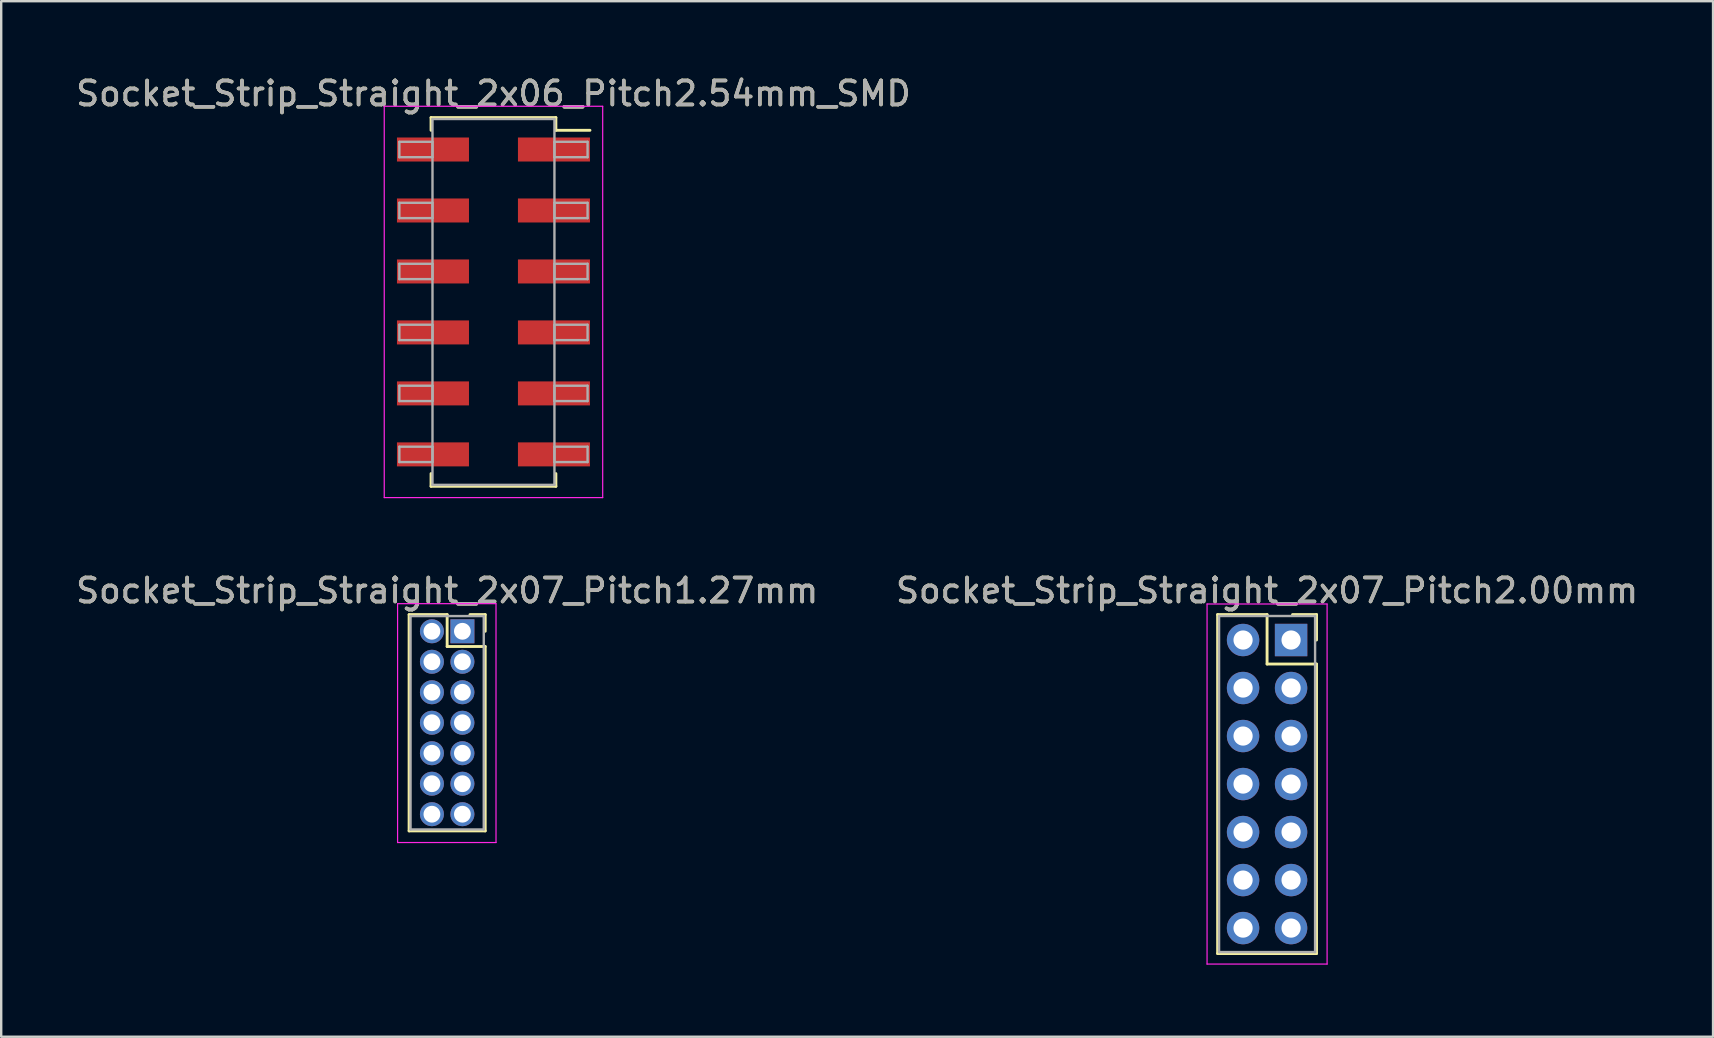
<source format=kicad_pcb>
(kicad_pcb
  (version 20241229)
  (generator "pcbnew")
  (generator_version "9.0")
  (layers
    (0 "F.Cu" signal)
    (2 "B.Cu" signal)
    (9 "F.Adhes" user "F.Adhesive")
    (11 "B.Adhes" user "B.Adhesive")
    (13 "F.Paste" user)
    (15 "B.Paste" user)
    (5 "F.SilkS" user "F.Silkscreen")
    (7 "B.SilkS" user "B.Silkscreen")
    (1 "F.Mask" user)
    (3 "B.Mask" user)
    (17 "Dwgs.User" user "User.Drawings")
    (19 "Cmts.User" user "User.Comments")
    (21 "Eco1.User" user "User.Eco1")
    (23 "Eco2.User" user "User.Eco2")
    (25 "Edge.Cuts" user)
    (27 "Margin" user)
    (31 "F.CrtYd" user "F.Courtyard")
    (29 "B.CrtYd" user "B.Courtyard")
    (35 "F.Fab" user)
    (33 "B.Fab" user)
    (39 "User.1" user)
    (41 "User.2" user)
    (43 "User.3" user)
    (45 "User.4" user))
  (footprint "Socket_Strip_Straight_2x07_Pitch1.27mm"
    (layer "F.Cu")
    (at 16.212 23.247)
    (property "Reference" "Socket_Strip_Straight_2x07_Pitch1.27mm" (at -0.635 -1.695 0) (layer "F.SilkS") (effects (font (size 1 1) (thickness 0.15))))
    (attr through_hole)
    (fp_line (start -2.22 -0.695) (end -0.635 -0.695) (stroke (width 0.12) (type solid)) (layer "F.SilkS"))
    (fp_line (start -2.22 8.315) (end -2.22 -0.695) (stroke (width 0.12) (type solid)) (layer "F.SilkS"))
    (fp_line (start -0.635 -0.695) (end -0.635 0.635) (stroke (width 0.12) (type solid)) (layer "F.SilkS"))
    (fp_line (start -0.635 0.635) (end 0.95 0.635) (stroke (width 0.12) (type solid)) (layer "F.SilkS"))
    (fp_line (start 0.95 -0.695) (end 0.315 -0.695) (stroke (width 0.12) (type solid)) (layer "F.SilkS"))
    (fp_line (start 0.95 0) (end 0.95 -0.695) (stroke (width 0.12) (type solid)) (layer "F.SilkS"))
    (fp_line (start 0.95 0.635) (end 0.95 8.315) (stroke (width 0.12) (type solid)) (layer "F.SilkS"))
    (fp_line (start 0.95 8.315) (end -2.22 8.315) (stroke (width 0.12) (type solid)) (layer "F.SilkS"))
    (fp_line (start -2.7 -1.15) (end -2.7 8.8) (stroke (width 0.05) (type solid)) (layer "F.CrtYd"))
    (fp_line (start -2.7 8.8) (end 1.4 8.8) (stroke (width 0.05) (type solid)) (layer "F.CrtYd"))
    (fp_line (start 1.4 -1.15) (end -2.7 -1.15) (stroke (width 0.05) (type solid)) (layer "F.CrtYd"))
    (fp_line (start 1.4 8.8) (end 1.4 -1.15) (stroke (width 0.05) (type solid)) (layer "F.CrtYd"))
    (fp_line (start -2.16 -0.635) (end -2.16 8.255) (stroke (width 0.1) (type solid)) (layer "F.Fab"))
    (fp_line (start -2.16 8.255) (end 0.89 8.255) (stroke (width 0.1) (type solid)) (layer "F.Fab"))
    (fp_line (start 0.89 -0.635) (end -2.16 -0.635) (stroke (width 0.1) (type solid)) (layer "F.Fab"))
    (fp_line (start 0.89 8.255) (end 0.89 -0.635) (stroke (width 0.1) (type solid)) (layer "F.Fab"))
    (fp_text user "${REFERENCE}" (at -0.635 -1.695 0) (layer "F.Fab") (effects (font (size 1 1) (thickness 0.15))))
    (pad "1" thru_hole rect (at 0 0) (size 1 1) (drill 0.7) (layers "*.Cu" "*.Mask"))
    (pad "2" thru_hole oval (at -1.27 0) (size 1 1) (drill 0.7) (layers "*.Cu" "*.Mask"))
    (pad "3" thru_hole oval (at 0 1.27) (size 1 1) (drill 0.7) (layers "*.Cu" "*.Mask"))
    (pad "4" thru_hole oval (at -1.27 1.27) (size 1 1) (drill 0.7) (layers "*.Cu" "*.Mask"))
    (pad "5" thru_hole oval (at 0 2.54) (size 1 1) (drill 0.7) (layers "*.Cu" "*.Mask"))
    (pad "6" thru_hole oval (at -1.27 2.54) (size 1 1) (drill 0.7) (layers "*.Cu" "*.Mask"))
    (pad "7" thru_hole oval (at 0 3.81) (size 1 1) (drill 0.7) (layers "*.Cu" "*.Mask"))
    (pad "8" thru_hole oval (at -1.27 3.81) (size 1 1) (drill 0.7) (layers "*.Cu" "*.Mask"))
    (pad "9" thru_hole oval (at 0 5.08) (size 1 1) (drill 0.7) (layers "*.Cu" "*.Mask"))
    (pad "10" thru_hole oval (at -1.27 5.08) (size 1 1) (drill 0.7) (layers "*.Cu" "*.Mask"))
    (pad "11" thru_hole oval (at 0 6.35) (size 1 1) (drill 0.7) (layers "*.Cu" "*.Mask"))
    (pad "12" thru_hole oval (at -1.27 6.35) (size 1 1) (drill 0.7) (layers "*.Cu" "*.Mask"))
    (pad "13" thru_hole oval (at 0 7.62) (size 1 1) (drill 0.7) (layers "*.Cu" "*.Mask"))
    (pad "14" thru_hole oval (at -1.27 7.62) (size 1 1) (drill 0.7) (layers "*.Cu" "*.Mask")))
  (footprint "Socket_Strip_Straight_2x06_Pitch2.54mm_SMD"
    (layer "F.Cu")
    (at 17.506 9.528)
    (property "Reference" "Socket_Strip_Straight_2x06_Pitch2.54mm_SMD" (at 0 -8.68 0) (layer "F.SilkS") (effects (font (size 1 1) (thickness 0.15))))
    (attr smd)
    (fp_line (start -2.6 -7.68) (end 2.6 -7.68) (stroke (width 0.12) (type solid)) (layer "F.SilkS"))
    (fp_line (start -2.6 -7.15) (end -2.6 -7.68) (stroke (width 0.12) (type solid)) (layer "F.SilkS"))
    (fp_line (start -2.6 7.15) (end -2.6 7.68) (stroke (width 0.12) (type solid)) (layer "F.SilkS"))
    (fp_line (start -2.6 7.68) (end 2.6 7.68) (stroke (width 0.12) (type solid)) (layer "F.SilkS"))
    (fp_line (start 2.6 -7.68) (end 2.6 -7.15) (stroke (width 0.12) (type solid)) (layer "F.SilkS"))
    (fp_line (start 2.6 7.68) (end 2.6 7.15) (stroke (width 0.12) (type solid)) (layer "F.SilkS"))
    (fp_line (start 4.02 -7.15) (end 2.6 -7.15) (stroke (width 0.12) (type solid)) (layer "F.SilkS"))
    (fp_line (start -4.55 -8.15) (end -4.55 8.15) (stroke (width 0.05) (type solid)) (layer "F.CrtYd"))
    (fp_line (start -4.55 8.15) (end 4.55 8.15) (stroke (width 0.05) (type solid)) (layer "F.CrtYd"))
    (fp_line (start 4.55 -8.15) (end -4.55 -8.15) (stroke (width 0.05) (type solid)) (layer "F.CrtYd"))
    (fp_line (start 4.55 8.15) (end 4.55 -8.15) (stroke (width 0.05) (type solid)) (layer "F.CrtYd"))
    (fp_line (start -3.92 -6.67) (end -2.54 -6.67) (stroke (width 0.1) (type solid)) (layer "F.Fab"))
    (fp_line (start -3.92 -6.03) (end -3.92 -6.67) (stroke (width 0.1) (type solid)) (layer "F.Fab"))
    (fp_line (start -3.92 -4.13) (end -2.54 -4.13) (stroke (width 0.1) (type solid)) (layer "F.Fab"))
    (fp_line (start -3.92 -3.49) (end -3.92 -4.13) (stroke (width 0.1) (type solid)) (layer "F.Fab"))
    (fp_line (start -3.92 -1.59) (end -2.54 -1.59) (stroke (width 0.1) (type solid)) (layer "F.Fab"))
    (fp_line (start -3.92 -0.95) (end -3.92 -1.59) (stroke (width 0.1) (type solid)) (layer "F.Fab"))
    (fp_line (start -3.92 0.95) (end -2.54 0.95) (stroke (width 0.1) (type solid)) (layer "F.Fab"))
    (fp_line (start -3.92 1.59) (end -3.92 0.95) (stroke (width 0.1) (type solid)) (layer "F.Fab"))
    (fp_line (start -3.92 3.49) (end -2.54 3.49) (stroke (width 0.1) (type solid)) (layer "F.Fab"))
    (fp_line (start -3.92 4.13) (end -3.92 3.49) (stroke (width 0.1) (type solid)) (layer "F.Fab"))
    (fp_line (start -3.92 6.03) (end -2.54 6.03) (stroke (width 0.1) (type solid)) (layer "F.Fab"))
    (fp_line (start -3.92 6.67) (end -3.92 6.03) (stroke (width 0.1) (type solid)) (layer "F.Fab"))
    (fp_line (start -2.54 -7.62) (end -2.54 7.62) (stroke (width 0.1) (type solid)) (layer "F.Fab"))
    (fp_line (start -2.54 -6.67) (end -2.54 -6.03) (stroke (width 0.1) (type solid)) (layer "F.Fab"))
    (fp_line (start -2.54 -6.03) (end -3.92 -6.03) (stroke (width 0.1) (type solid)) (layer "F.Fab"))
    (fp_line (start -2.54 -4.13) (end -2.54 -3.49) (stroke (width 0.1) (type solid)) (layer "F.Fab"))
    (fp_line (start -2.54 -3.49) (end -3.92 -3.49) (stroke (width 0.1) (type solid)) (layer "F.Fab"))
    (fp_line (start -2.54 -1.59) (end -2.54 -0.95) (stroke (width 0.1) (type solid)) (layer "F.Fab"))
    (fp_line (start -2.54 -0.95) (end -3.92 -0.95) (stroke (width 0.1) (type solid)) (layer "F.Fab"))
    (fp_line (start -2.54 0.95) (end -2.54 1.59) (stroke (width 0.1) (type solid)) (layer "F.Fab"))
    (fp_line (start -2.54 1.59) (end -3.92 1.59) (stroke (width 0.1) (type solid)) (layer "F.Fab"))
    (fp_line (start -2.54 3.49) (end -2.54 4.13) (stroke (width 0.1) (type solid)) (layer "F.Fab"))
    (fp_line (start -2.54 4.13) (end -3.92 4.13) (stroke (width 0.1) (type solid)) (layer "F.Fab"))
    (fp_line (start -2.54 6.03) (end -2.54 6.67) (stroke (width 0.1) (type solid)) (layer "F.Fab"))
    (fp_line (start -2.54 6.67) (end -3.92 6.67) (stroke (width 0.1) (type solid)) (layer "F.Fab"))
    (fp_line (start -2.54 7.62) (end 2.54 7.62) (stroke (width 0.1) (type solid)) (layer "F.Fab"))
    (fp_line (start 2.54 -7.62) (end -2.54 -7.62) (stroke (width 0.1) (type solid)) (layer "F.Fab"))
    (fp_line (start 2.54 -6.67) (end 2.54 -6.03) (stroke (width 0.1) (type solid)) (layer "F.Fab"))
    (fp_line (start 2.54 -6.03) (end 3.92 -6.03) (stroke (width 0.1) (type solid)) (layer "F.Fab"))
    (fp_line (start 2.54 -4.13) (end 2.54 -3.49) (stroke (width 0.1) (type solid)) (layer "F.Fab"))
    (fp_line (start 2.54 -3.49) (end 3.92 -3.49) (stroke (width 0.1) (type solid)) (layer "F.Fab"))
    (fp_line (start 2.54 -1.59) (end 2.54 -0.95) (stroke (width 0.1) (type solid)) (layer "F.Fab"))
    (fp_line (start 2.54 -0.95) (end 3.92 -0.95) (stroke (width 0.1) (type solid)) (layer "F.Fab"))
    (fp_line (start 2.54 0.95) (end 2.54 1.59) (stroke (width 0.1) (type solid)) (layer "F.Fab"))
    (fp_line (start 2.54 1.59) (end 3.92 1.59) (stroke (width 0.1) (type solid)) (layer "F.Fab"))
    (fp_line (start 2.54 3.49) (end 2.54 4.13) (stroke (width 0.1) (type solid)) (layer "F.Fab"))
    (fp_line (start 2.54 4.13) (end 3.92 4.13) (stroke (width 0.1) (type solid)) (layer "F.Fab"))
    (fp_line (start 2.54 6.03) (end 2.54 6.67) (stroke (width 0.1) (type solid)) (layer "F.Fab"))
    (fp_line (start 2.54 6.67) (end 3.92 6.67) (stroke (width 0.1) (type solid)) (layer "F.Fab"))
    (fp_line (start 2.54 7.62) (end 2.54 -7.62) (stroke (width 0.1) (type solid)) (layer "F.Fab"))
    (fp_line (start 3.92 -6.67) (end 2.54 -6.67) (stroke (width 0.1) (type solid)) (layer "F.Fab"))
    (fp_line (start 3.92 -6.03) (end 3.92 -6.67) (stroke (width 0.1) (type solid)) (layer "F.Fab"))
    (fp_line (start 3.92 -4.13) (end 2.54 -4.13) (stroke (width 0.1) (type solid)) (layer "F.Fab"))
    (fp_line (start 3.92 -3.49) (end 3.92 -4.13) (stroke (width 0.1) (type solid)) (layer "F.Fab"))
    (fp_line (start 3.92 -1.59) (end 2.54 -1.59) (stroke (width 0.1) (type solid)) (layer "F.Fab"))
    (fp_line (start 3.92 -0.95) (end 3.92 -1.59) (stroke (width 0.1) (type solid)) (layer "F.Fab"))
    (fp_line (start 3.92 0.95) (end 2.54 0.95) (stroke (width 0.1) (type solid)) (layer "F.Fab"))
    (fp_line (start 3.92 1.59) (end 3.92 0.95) (stroke (width 0.1) (type solid)) (layer "F.Fab"))
    (fp_line (start 3.92 3.49) (end 2.54 3.49) (stroke (width 0.1) (type solid)) (layer "F.Fab"))
    (fp_line (start 3.92 4.13) (end 3.92 3.49) (stroke (width 0.1) (type solid)) (layer "F.Fab"))
    (fp_line (start 3.92 6.03) (end 2.54 6.03) (stroke (width 0.1) (type solid)) (layer "F.Fab"))
    (fp_line (start 3.92 6.67) (end 3.92 6.03) (stroke (width 0.1) (type solid)) (layer "F.Fab"))
    (fp_text user "${REFERENCE}" (at 0 -8.68 0) (layer "F.Fab") (effects (font (size 1 1) (thickness 0.15))))
    (pad "1" smd rect (at 2.52 -6.35) (size 3 1) (layers "F.Cu" "F.Mask" "F.Paste"))
    (pad "2" smd rect (at -2.52 -6.35) (size 3 1) (layers "F.Cu" "F.Mask" "F.Paste"))
    (pad "3" smd rect (at 2.52 -3.81) (size 3 1) (layers "F.Cu" "F.Mask" "F.Paste"))
    (pad "4" smd rect (at -2.52 -3.81) (size 3 1) (layers "F.Cu" "F.Mask" "F.Paste"))
    (pad "5" smd rect (at 2.52 -1.27) (size 3 1) (layers "F.Cu" "F.Mask" "F.Paste"))
    (pad "6" smd rect (at -2.52 -1.27) (size 3 1) (layers "F.Cu" "F.Mask" "F.Paste"))
    (pad "7" smd rect (at 2.52 1.27) (size 3 1) (layers "F.Cu" "F.Mask" "F.Paste"))
    (pad "8" smd rect (at -2.52 1.27) (size 3 1) (layers "F.Cu" "F.Mask" "F.Paste"))
    (pad "9" smd rect (at 2.52 3.81) (size 3 1) (layers "F.Cu" "F.Mask" "F.Paste"))
    (pad "10" smd rect (at -2.52 3.81) (size 3 1) (layers "F.Cu" "F.Mask" "F.Paste"))
    (pad "11" smd rect (at 2.52 6.35) (size 3 1) (layers "F.Cu" "F.Mask" "F.Paste"))
    (pad "12" smd rect (at -2.52 6.35) (size 3 1) (layers "F.Cu" "F.Mask" "F.Paste")))
  (footprint "Socket_Strip_Straight_2x07_Pitch2.00mm"
    (layer "F.Cu")
    (at 50.732 23.611)
    (property "Reference" "Socket_Strip_Straight_2x07_Pitch2.00mm" (at -1 -2.06 0) (layer "F.SilkS") (effects (font (size 1 1) (thickness 0.15))))
    (attr through_hole)
    (fp_line (start -3.06 -1.06) (end -1 -1.06) (stroke (width 0.12) (type solid)) (layer "F.SilkS"))
    (fp_line (start -3.06 13.06) (end -3.06 -1.06) (stroke (width 0.12) (type solid)) (layer "F.SilkS"))
    (fp_line (start -1 -1.06) (end -1 1) (stroke (width 0.12) (type solid)) (layer "F.SilkS"))
    (fp_line (start -1 1) (end 1.06 1) (stroke (width 0.12) (type solid)) (layer "F.SilkS"))
    (fp_line (start 1.06 -1.06) (end 0.06 -1.06) (stroke (width 0.12) (type solid)) (layer "F.SilkS"))
    (fp_line (start 1.06 0) (end 1.06 -1.06) (stroke (width 0.12) (type solid)) (layer "F.SilkS"))
    (fp_line (start 1.06 1) (end 1.06 13.06) (stroke (width 0.12) (type solid)) (layer "F.SilkS"))
    (fp_line (start 1.06 13.06) (end -3.06 13.06) (stroke (width 0.12) (type solid)) (layer "F.SilkS"))
    (fp_line (start -3.5 -1.5) (end -3.5 13.5) (stroke (width 0.05) (type solid)) (layer "F.CrtYd"))
    (fp_line (start -3.5 13.5) (end 1.5 13.5) (stroke (width 0.05) (type solid)) (layer "F.CrtYd"))
    (fp_line (start 1.5 -1.5) (end -3.5 -1.5) (stroke (width 0.05) (type solid)) (layer "F.CrtYd"))
    (fp_line (start 1.5 13.5) (end 1.5 -1.5) (stroke (width 0.05) (type solid)) (layer "F.CrtYd"))
    (fp_line (start -3 -1) (end -3 13) (stroke (width 0.1) (type solid)) (layer "F.Fab"))
    (fp_line (start -3 13) (end 1 13) (stroke (width 0.1) (type solid)) (layer "F.Fab"))
    (fp_line (start 1 -1) (end -3 -1) (stroke (width 0.1) (type solid)) (layer "F.Fab"))
    (fp_line (start 1 13) (end 1 -1) (stroke (width 0.1) (type solid)) (layer "F.Fab"))
    (fp_text user "${REFERENCE}" (at -1 -2.06 0) (layer "F.Fab") (effects (font (size 1 1) (thickness 0.15))))
    (pad "1" thru_hole rect (at 0 0) (size 1.35 1.35) (drill 0.8) (layers "*.Cu" "*.Mask"))
    (pad "2" thru_hole oval (at -2 0) (size 1.35 1.35) (drill 0.8) (layers "*.Cu" "*.Mask"))
    (pad "3" thru_hole oval (at 0 2) (size 1.35 1.35) (drill 0.8) (layers "*.Cu" "*.Mask"))
    (pad "4" thru_hole oval (at -2 2) (size 1.35 1.35) (drill 0.8) (layers "*.Cu" "*.Mask"))
    (pad "5" thru_hole oval (at 0 4) (size 1.35 1.35) (drill 0.8) (layers "*.Cu" "*.Mask"))
    (pad "6" thru_hole oval (at -2 4) (size 1.35 1.35) (drill 0.8) (layers "*.Cu" "*.Mask"))
    (pad "7" thru_hole oval (at 0 6) (size 1.35 1.35) (drill 0.8) (layers "*.Cu" "*.Mask"))
    (pad "8" thru_hole oval (at -2 6) (size 1.35 1.35) (drill 0.8) (layers "*.Cu" "*.Mask"))
    (pad "9" thru_hole oval (at 0 8) (size 1.35 1.35) (drill 0.8) (layers "*.Cu" "*.Mask"))
    (pad "10" thru_hole oval (at -2 8) (size 1.35 1.35) (drill 0.8) (layers "*.Cu" "*.Mask"))
    (pad "11" thru_hole oval (at 0 10) (size 1.35 1.35) (drill 0.8) (layers "*.Cu" "*.Mask"))
    (pad "12" thru_hole oval (at -2 10) (size 1.35 1.35) (drill 0.8) (layers "*.Cu" "*.Mask"))
    (pad "13" thru_hole oval (at 0 12) (size 1.35 1.35) (drill 0.8) (layers "*.Cu" "*.Mask"))
    (pad "14" thru_hole oval (at -2 12) (size 1.35 1.35) (drill 0.8) (layers "*.Cu" "*.Mask")))
  (gr_rect
    (start -3 -3)
    (end 68.31 40.136)
    (stroke (width 0.1) (type default))
    (fill no)
    (layer "Edge.Cuts")))
</source>
